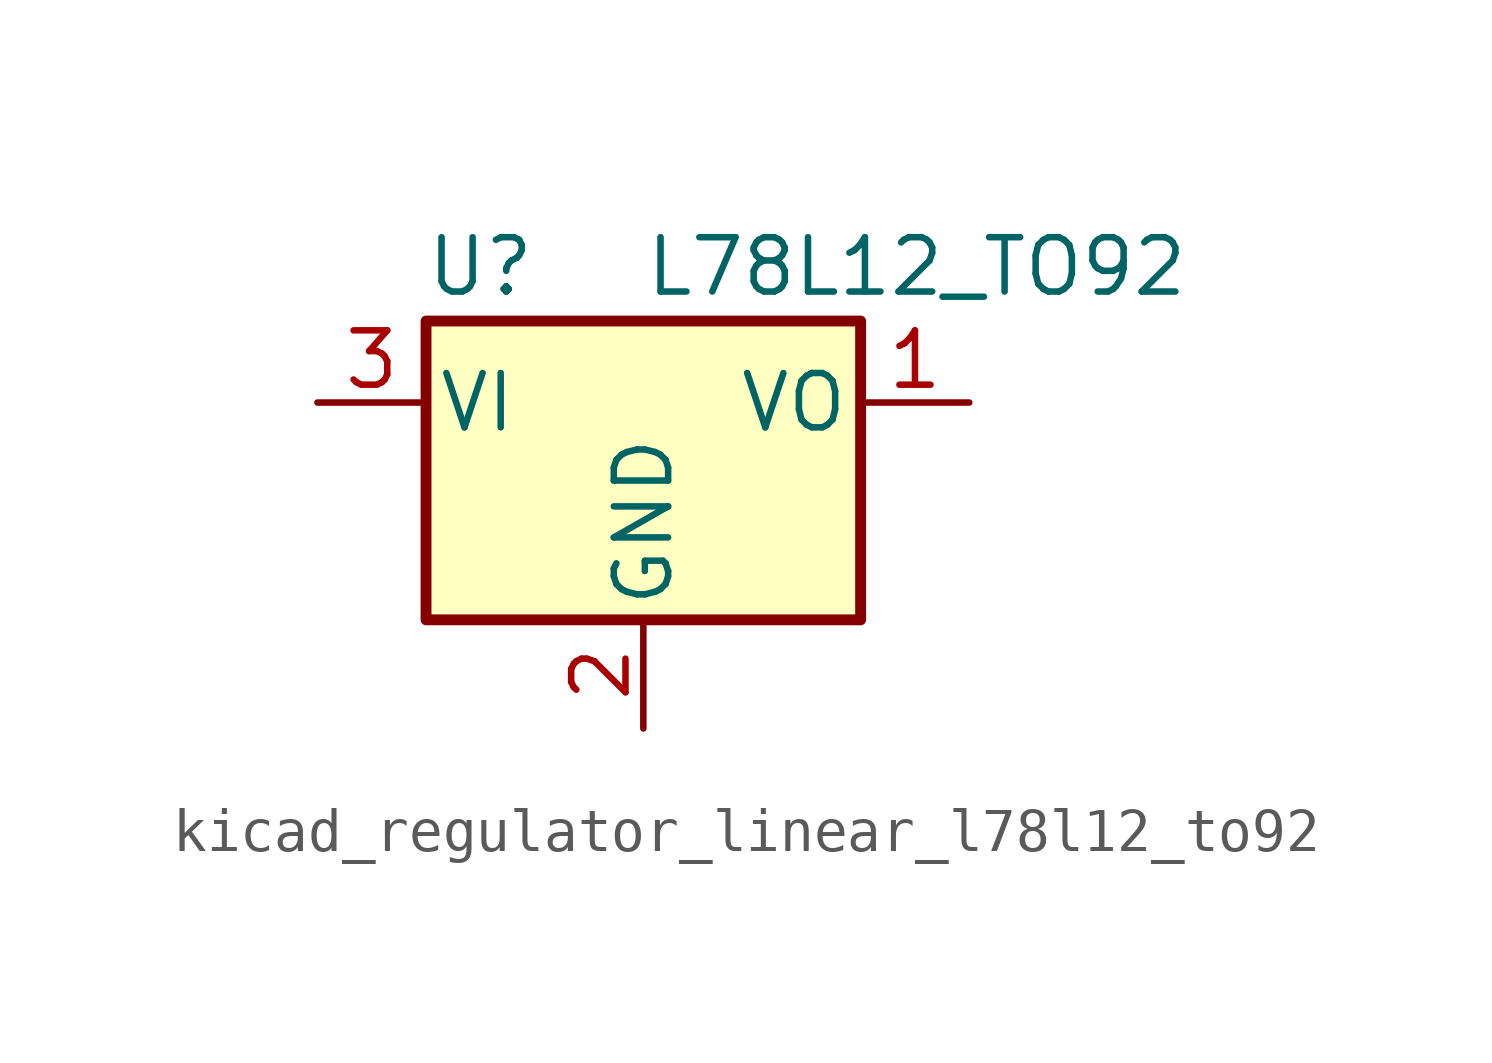
<source format=kicad_sym>
(kicad_symbol_lib
  (version 20220914)
  (generator kicad_symbol_editor)
  (symbol "kicad_regulator_linear_l78l12_to92"
    (pin_names
      (offset 0.254))
    (property "Reference" "U"
      (at -3.81 3.175 0)
      (effects (font (size 1.27 1.27))))
    (property "Value" "L78L12_TO92"
      (at 0 3.175 0)
      (effects (font (size 1.27 1.27)) (justify left)))
    (symbol "kicad_regulator_linear_l78l12_to92_0_1"
      (rectangle (start -5.08 -5.08) (end 5.08 1.905) (stroke (width 0.254) (type default)) (fill (type background))))
    (symbol "kicad_regulator_linear_l78l12_to92_1_1"
      (pin power_out line (at 7.62 0 180) (length 2.54) (name "VO" (effects (font (size 1.27 1.27)))) (number "1" (effects (font (size 1.27 1.27)))))
      (pin power_in line (at 0 -7.62 90) (length 2.54) (name "GND" (effects (font (size 1.27 1.27)))) (number "2" (effects (font (size 1.27 1.27)))))
      (pin power_in line (at -7.62 0 0) (length 2.54) (name "VI" (effects (font (size 1.27 1.27)))) (number "3" (effects (font (size 1.27 1.27))))))))
</source>
